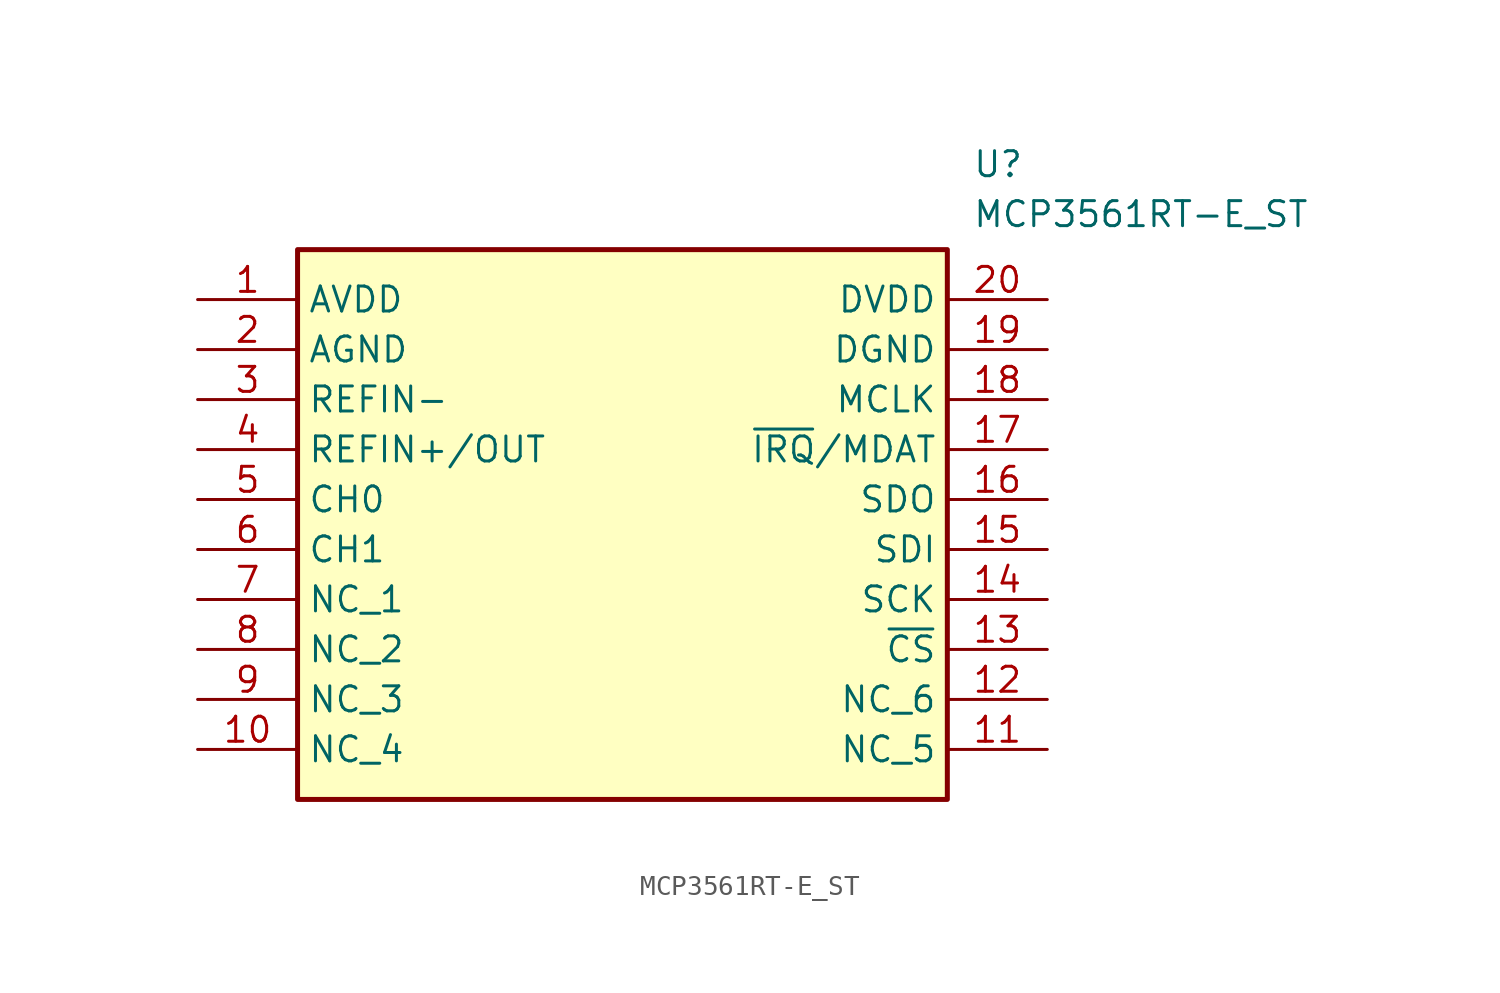
<source format=kicad_sym>
(kicad_symbol_lib
  (version 20211014)
  (generator SamacSys_ECAD_Model)
  (symbol "MCP3561RT-E_ST"
    (property "Reference" "U"
      (at 39.37 7.62 0)
      (effects (font (size 1.27 1.27)) (justify left top)))
    (property "Value" "MCP3561RT-E_ST"
      (at 39.37 5.08 0)
      (effects (font (size 1.27 1.27)) (justify left top)))
    (rectangle
      (start 5.08 2.54)
      (end 38.1 -25.4)
      (stroke (width 0.254) (type default))
      (fill (type background)))
    (pin power_in line
      (at 0 0 0)
      (length 5.08)
      (name "AVDD" (effects (font (size 1.27 1.27))))
      (number "1" (effects (font (size 1.27 1.27)))))
    (pin power_in line
      (at 0 -2.54 0)
      (length 5.08)
      (name "AGND" (effects (font (size 1.27 1.27))))
      (number "2" (effects (font (size 1.27 1.27)))))
    (pin input line
      (at 0 -5.08 0)
      (length 5.08)
      (name "REFIN-" (effects (font (size 1.27 1.27))))
      (number "3" (effects (font (size 1.27 1.27)))))
    (pin passive line
      (at 0 -7.62 0)
      (length 5.08)
      (name "REFIN+/OUT" (effects (font (size 1.27 1.27))))
      (number "4" (effects (font (size 1.27 1.27)))))
    (pin input line
      (at 0 -10.16 0)
      (length 5.08)
      (name "CH0" (effects (font (size 1.27 1.27))))
      (number "5" (effects (font (size 1.27 1.27)))))
    (pin input line
      (at 0 -12.7 0)
      (length 5.08)
      (name "CH1" (effects (font (size 1.27 1.27))))
      (number "6" (effects (font (size 1.27 1.27)))))
    (pin passive line
      (at 0 -15.24 0)
      (length 5.08)
      (name "NC_1" (effects (font (size 1.27 1.27))))
      (number "7" (effects (font (size 1.27 1.27)))))
    (pin passive line
      (at 0 -17.78 0)
      (length 5.08)
      (name "NC_2" (effects (font (size 1.27 1.27))))
      (number "8" (effects (font (size 1.27 1.27)))))
    (pin passive line
      (at 0 -20.32 0)
      (length 5.08)
      (name "NC_3" (effects (font (size 1.27 1.27))))
      (number "9" (effects (font (size 1.27 1.27)))))
    (pin passive line
      (at 0 -22.86 0)
      (length 5.08)
      (name "NC_4" (effects (font (size 1.27 1.27))))
      (number "10" (effects (font (size 1.27 1.27)))))
    (pin power_in line
      (at 43.18 0 180)
      (length 5.08)
      (name "DVDD" (effects (font (size 1.27 1.27))))
      (number "20" (effects (font (size 1.27 1.27)))))
    (pin power_in line
      (at 43.18 -2.54 180)
      (length 5.08)
      (name "DGND" (effects (font (size 1.27 1.27))))
      (number "19" (effects (font (size 1.27 1.27)))))
    (pin passive line
      (at 43.18 -5.08 180)
      (length 5.08)
      (name "MCLK" (effects (font (size 1.27 1.27))))
      (number "18" (effects (font (size 1.27 1.27)))))
    (pin output line
      (at 43.18 -7.62 180)
      (length 5.08)
      (name "~{IRQ}/MDAT" (effects (font (size 1.27 1.27))))
      (number "17" (effects (font (size 1.27 1.27)))))
    (pin output line
      (at 43.18 -10.16 180)
      (length 5.08)
      (name "SDO" (effects (font (size 1.27 1.27))))
      (number "16" (effects (font (size 1.27 1.27)))))
    (pin input line
      (at 43.18 -12.7 180)
      (length 5.08)
      (name "SDI" (effects (font (size 1.27 1.27))))
      (number "15" (effects (font (size 1.27 1.27)))))
    (pin input line
      (at 43.18 -15.24 180)
      (length 5.08)
      (name "SCK" (effects (font (size 1.27 1.27))))
      (number "14" (effects (font (size 1.27 1.27)))))
    (pin input line
      (at 43.18 -17.78 180)
      (length 5.08)
      (name "~{CS}" (effects (font (size 1.27 1.27))))
      (number "13" (effects (font (size 1.27 1.27)))))
    (pin passive line
      (at 43.18 -20.32 180)
      (length 5.08)
      (name "NC_6" (effects (font (size 1.27 1.27))))
      (number "12" (effects (font (size 1.27 1.27)))))
    (pin passive line
      (at 43.18 -22.86 180)
      (length 5.08)
      (name "NC_5" (effects (font (size 1.27 1.27))))
      (number "11" (effects (font (size 1.27 1.27)))))))
</source>
